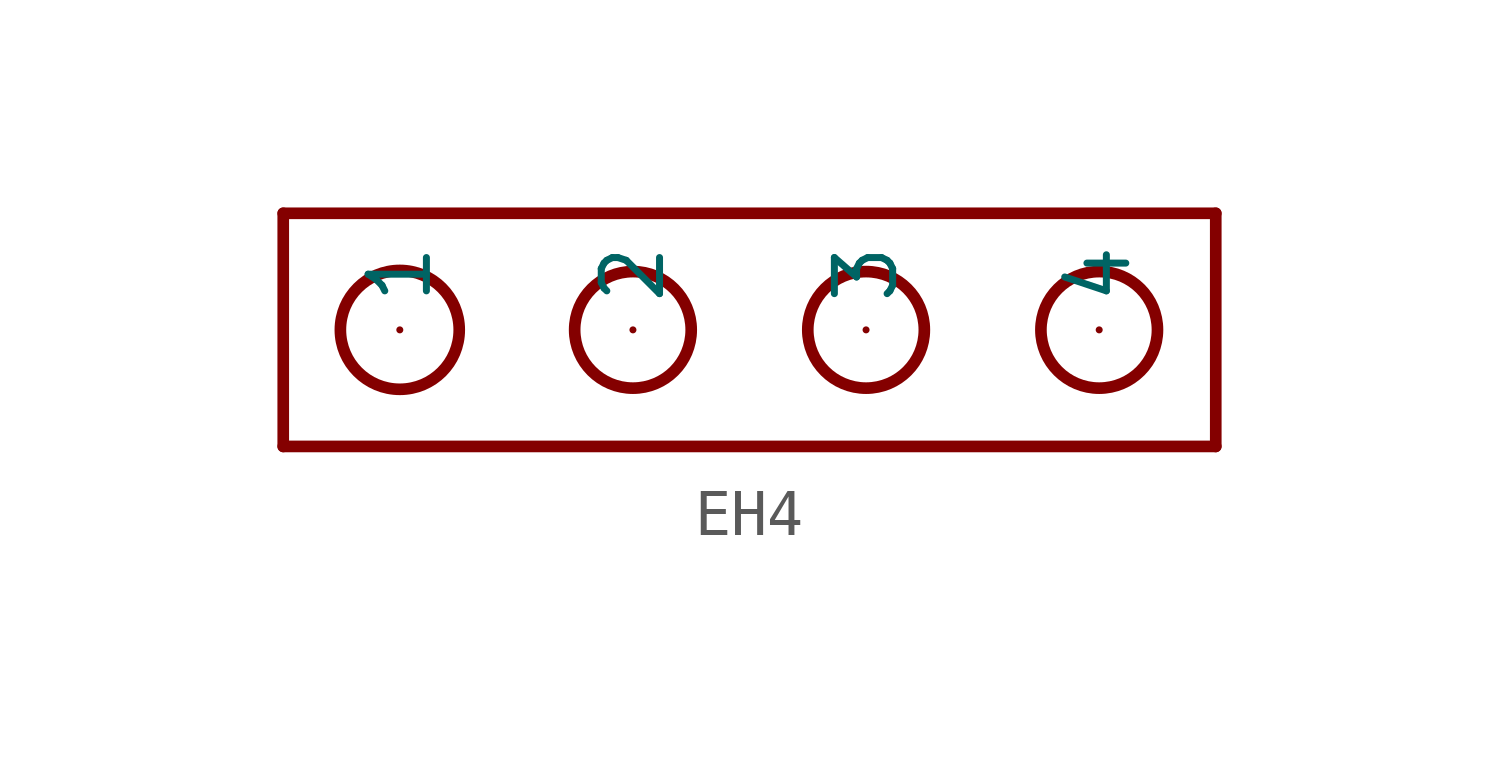
<source format=kicad_sym>
(kicad_symbol_lib
  (version 20220914)
  (generator kicad_symbol_editor)
  (symbol "EH4"
    (property "Reference" ""
      (at 0 0 0)
      (effects (font (size 1.27 1.27)) hide))
    (property "ki_locked" ""
      (at 0 0 0)
      (effects (font (size 1.27 1.27))))
    (symbol "EH4_1_0"
      (circle (center -7.62 0) (radius 1.295) (stroke (width 0.254) (type solid)) (fill (type none)))
      (circle (center -2.54 0) (radius 1.27) (stroke (width 0.254) (type solid)) (fill (type none)))
      (polyline (pts (xy -10.16 -2.54) (xy -10.16 2.54)) (stroke (width 0.254) (type solid)) (fill (type none)))
      (polyline (pts (xy -10.16 2.54) (xy 10.16 2.54)) (stroke (width 0.254) (type solid)) (fill (type none)))
      (polyline (pts (xy 10.16 -2.54) (xy -10.16 -2.54)) (stroke (width 0.254) (type solid)) (fill (type none)))
      (polyline (pts (xy 10.16 2.54) (xy 10.16 -2.54)) (stroke (width 0.254) (type solid)) (fill (type none)))
      (circle (center 2.54 0) (radius 1.27) (stroke (width 0.254) (type solid)) (fill (type none)))
      (circle (center 7.62 0) (radius 1.27) (stroke (width 0.254) (type solid)) (fill (type none)))
      (pin bidirectional line (at -7.62 0 90) (length 0) (name "1" (effects (font (size 1.27 1.27)))) (number "1" (effects (font (size 0 0)))))
      (pin bidirectional line (at -2.54 0 90) (length 0) (name "2" (effects (font (size 1.27 1.27)))) (number "2" (effects (font (size 0 0)))))
      (pin bidirectional line (at 2.54 0 90) (length 0) (name "3" (effects (font (size 1.27 1.27)))) (number "3" (effects (font (size 0 0)))))
      (pin bidirectional line (at 7.62 0 90) (length 0) (name "4" (effects (font (size 1.27 1.27)))) (number "4" (effects (font (size 0 0))))))))
</source>
